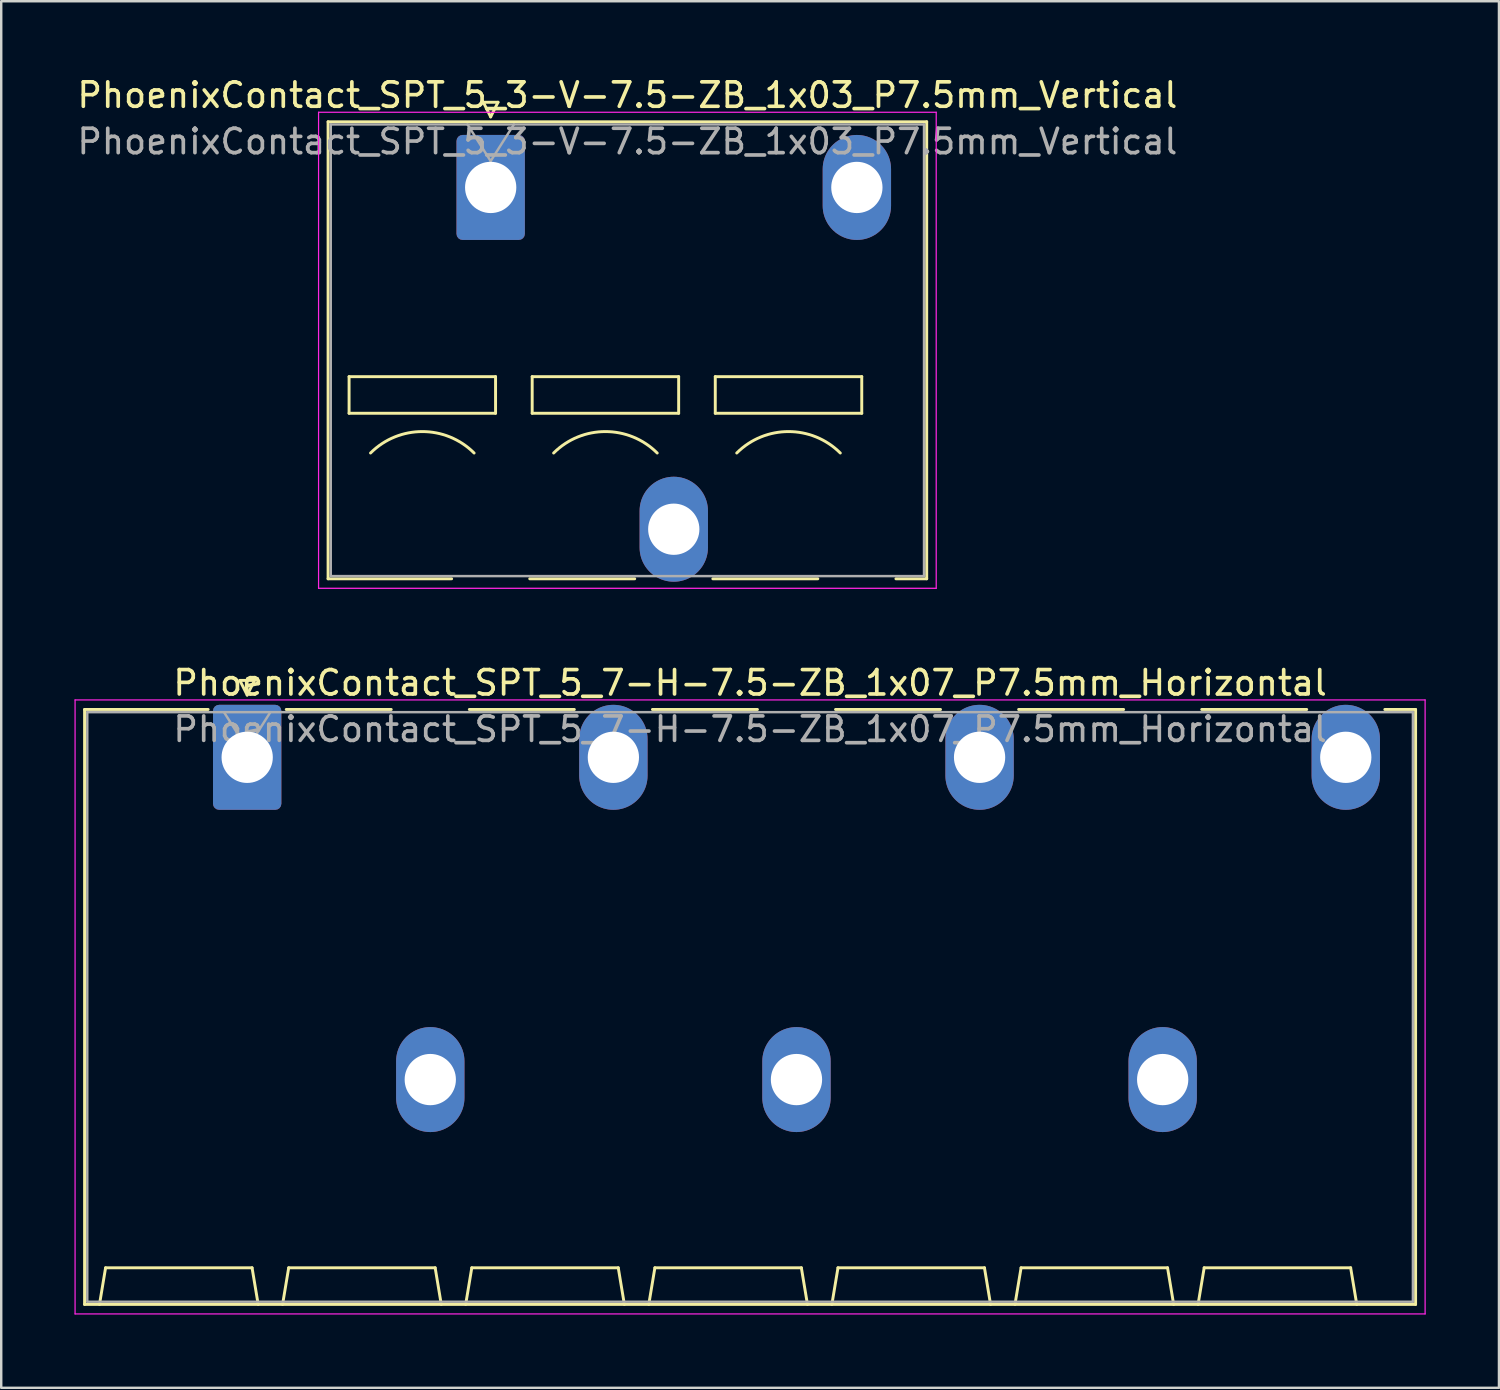
<source format=kicad_pcb>
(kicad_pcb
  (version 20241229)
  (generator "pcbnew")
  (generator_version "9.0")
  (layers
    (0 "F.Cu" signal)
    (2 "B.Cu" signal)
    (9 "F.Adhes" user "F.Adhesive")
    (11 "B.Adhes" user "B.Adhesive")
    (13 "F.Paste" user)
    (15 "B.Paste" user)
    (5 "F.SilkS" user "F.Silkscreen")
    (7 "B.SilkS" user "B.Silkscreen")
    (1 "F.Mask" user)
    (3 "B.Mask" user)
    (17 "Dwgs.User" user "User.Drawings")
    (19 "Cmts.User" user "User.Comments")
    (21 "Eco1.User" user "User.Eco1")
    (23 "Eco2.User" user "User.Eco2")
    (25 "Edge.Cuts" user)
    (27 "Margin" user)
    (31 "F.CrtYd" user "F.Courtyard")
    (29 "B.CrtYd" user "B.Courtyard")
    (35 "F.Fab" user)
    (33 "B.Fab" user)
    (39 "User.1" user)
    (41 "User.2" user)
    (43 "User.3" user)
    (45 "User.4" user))
  (footprint "PhoenixContact_SPT_5_7-H-7.5-ZB_1x07_P7.5mm_Horizontal"
    (layer "F.Cu")
    (at 7.075 27.971)
    (property "Reference" "PhoenixContact_SPT_5_7-H-7.5-ZB_1x07_P7.5mm_Horizontal" (at 20.6 -3.05 0) (layer "F.SilkS") (effects (font (size 1 1) (thickness 0.15))))
    (attr through_hole)
    (fp_line (start -6.66 -1.96) (end -1.6 -1.96) (stroke (width 0.12) (type solid)) (layer "F.SilkS"))
    (fp_line (start -6.66 22.41) (end -6.66 -1.96) (stroke (width 0.12) (type solid)) (layer "F.SilkS"))
    (fp_line (start -6.05 22.41) (end -5.8 20.91) (stroke (width 0.12) (type solid)) (layer "F.SilkS"))
    (fp_line (start -5.8 20.91) (end 0.2 20.91) (stroke (width 0.12) (type solid)) (layer "F.SilkS"))
    (fp_line (start -0.3 -3.15) (end 0 -2.55) (stroke (width 0.12) (type solid)) (layer "F.SilkS"))
    (fp_line (start -0.3 -3.15) (end 0.3 -3.15) (stroke (width 0.12) (type solid)) (layer "F.SilkS"))
    (fp_line (start 0.3 -3.15) (end 0 -2.55) (stroke (width 0.12) (type solid)) (layer "F.SilkS"))
    (fp_line (start 0.45 22.41) (end 0.2 20.91) (stroke (width 0.12) (type solid)) (layer "F.SilkS"))
    (fp_line (start 1.45 22.41) (end 1.7 20.91) (stroke (width 0.12) (type solid)) (layer "F.SilkS"))
    (fp_line (start 1.6 -1.96) (end 5.9 -1.96) (stroke (width 0.12) (type solid)) (layer "F.SilkS"))
    (fp_line (start 1.7 20.91) (end 7.7 20.91) (stroke (width 0.12) (type solid)) (layer "F.SilkS"))
    (fp_line (start 7.95 22.41) (end 7.7 20.91) (stroke (width 0.12) (type solid)) (layer "F.SilkS"))
    (fp_line (start 8.95 22.41) (end 9.2 20.91) (stroke (width 0.12) (type solid)) (layer "F.SilkS"))
    (fp_line (start 9.1 -1.96) (end 13.4 -1.96) (stroke (width 0.12) (type solid)) (layer "F.SilkS"))
    (fp_line (start 9.2 20.91) (end 15.2 20.91) (stroke (width 0.12) (type solid)) (layer "F.SilkS"))
    (fp_line (start 15.45 22.41) (end 15.2 20.91) (stroke (width 0.12) (type solid)) (layer "F.SilkS"))
    (fp_line (start 16.45 22.41) (end 16.7 20.91) (stroke (width 0.12) (type solid)) (layer "F.SilkS"))
    (fp_line (start 16.6 -1.96) (end 20.9 -1.96) (stroke (width 0.12) (type solid)) (layer "F.SilkS"))
    (fp_line (start 16.7 20.91) (end 22.7 20.91) (stroke (width 0.12) (type solid)) (layer "F.SilkS"))
    (fp_line (start 22.95 22.41) (end 22.7 20.91) (stroke (width 0.12) (type solid)) (layer "F.SilkS"))
    (fp_line (start 23.95 22.41) (end 24.2 20.91) (stroke (width 0.12) (type solid)) (layer "F.SilkS"))
    (fp_line (start 24.1 -1.96) (end 28.4 -1.96) (stroke (width 0.12) (type solid)) (layer "F.SilkS"))
    (fp_line (start 24.2 20.91) (end 30.2 20.91) (stroke (width 0.12) (type solid)) (layer "F.SilkS"))
    (fp_line (start 30.45 22.41) (end 30.2 20.91) (stroke (width 0.12) (type solid)) (layer "F.SilkS"))
    (fp_line (start 31.45 22.41) (end 31.7 20.91) (stroke (width 0.12) (type solid)) (layer "F.SilkS"))
    (fp_line (start 31.6 -1.96) (end 35.9 -1.96) (stroke (width 0.12) (type solid)) (layer "F.SilkS"))
    (fp_line (start 31.7 20.91) (end 37.7 20.91) (stroke (width 0.12) (type solid)) (layer "F.SilkS"))
    (fp_line (start 37.95 22.41) (end 37.7 20.91) (stroke (width 0.12) (type solid)) (layer "F.SilkS"))
    (fp_line (start 38.95 22.41) (end 39.2 20.91) (stroke (width 0.12) (type solid)) (layer "F.SilkS"))
    (fp_line (start 39.1 -1.96) (end 43.4 -1.96) (stroke (width 0.12) (type solid)) (layer "F.SilkS"))
    (fp_line (start 39.2 20.91) (end 45.2 20.91) (stroke (width 0.12) (type solid)) (layer "F.SilkS"))
    (fp_line (start 45.45 22.41) (end 45.2 20.91) (stroke (width 0.12) (type solid)) (layer "F.SilkS"))
    (fp_line (start 46.6 -1.96) (end 47.86 -1.96) (stroke (width 0.12) (type solid)) (layer "F.SilkS"))
    (fp_line (start 47.86 -1.96) (end 47.86 22.41) (stroke (width 0.12) (type solid)) (layer "F.SilkS"))
    (fp_line (start 47.86 22.41) (end -6.66 22.41) (stroke (width 0.12) (type solid)) (layer "F.SilkS"))
    (fp_line (start -7.05 -2.35) (end -7.05 22.8) (stroke (width 0.05) (type solid)) (layer "F.CrtYd"))
    (fp_line (start -7.05 22.8) (end 48.25 22.8) (stroke (width 0.05) (type solid)) (layer "F.CrtYd"))
    (fp_line (start 48.25 -2.35) (end -7.05 -2.35) (stroke (width 0.05) (type solid)) (layer "F.CrtYd"))
    (fp_line (start 48.25 22.8) (end 48.25 -2.35) (stroke (width 0.05) (type solid)) (layer "F.CrtYd"))
    (fp_line (start -6.55 -1.85) (end -6.55 22.3) (stroke (width 0.1) (type solid)) (layer "F.Fab"))
    (fp_line (start -6.55 22.3) (end 47.75 22.3) (stroke (width 0.1) (type solid)) (layer "F.Fab"))
    (fp_line (start -0.95 -1.85) (end 0 -0.35) (stroke (width 0.1) (type solid)) (layer "F.Fab"))
    (fp_line (start 0.95 -1.85) (end 0 -0.35) (stroke (width 0.1) (type solid)) (layer "F.Fab"))
    (fp_line (start 47.75 -1.85) (end -6.55 -1.85) (stroke (width 0.1) (type solid)) (layer "F.Fab"))
    (fp_line (start 47.75 22.3) (end 47.75 -1.85) (stroke (width 0.1) (type solid)) (layer "F.Fab"))
    (fp_text user "${REFERENCE}" (at 20.6 -1.15 0) (layer "F.Fab") (effects (font (size 1 1) (thickness 0.15))))
    (pad "1" thru_hole roundrect (at 0 0) (size 2.8 4.3) (drill 2.1) (layers "*.Cu" "*.Mask") (roundrect_rratio 0.089))
    (pad "2" thru_hole oval (at 7.5 13.2) (size 2.8 4.3) (drill 2.1) (layers "*.Cu" "*.Mask"))
    (pad "3" thru_hole oval (at 15 0) (size 2.8 4.3) (drill 2.1) (layers "*.Cu" "*.Mask"))
    (pad "4" thru_hole oval (at 22.5 13.2) (size 2.8 4.3) (drill 2.1) (layers "*.Cu" "*.Mask"))
    (pad "5" thru_hole oval (at 30 0) (size 2.8 4.3) (drill 2.1) (layers "*.Cu" "*.Mask"))
    (pad "6" thru_hole oval (at 37.5 13.2) (size 2.8 4.3) (drill 2.1) (layers "*.Cu" "*.Mask"))
    (pad "7" thru_hole oval (at 45 0) (size 2.8 4.3) (drill 2.1) (layers "*.Cu" "*.Mask")))
  (footprint "PhoenixContact_SPT_5_3-V-7.5-ZB_1x03_P7.5mm_Vertical"
    (layer "F.Cu")
    (at 17.049 4.628)
    (property "Reference" "PhoenixContact_SPT_5_3-V-7.5-ZB_1x03_P7.5mm_Vertical" (at 5.6 -3.78 0) (layer "F.SilkS") (effects (font (size 1 1) (thickness 0.15))))
    (attr through_hole)
    (fp_line (start -6.66 -2.69) (end 17.86 -2.69) (stroke (width 0.12) (type solid)) (layer "F.SilkS"))
    (fp_line (start -6.66 16.03) (end -6.66 -2.69) (stroke (width 0.12) (type solid)) (layer "F.SilkS"))
    (fp_line (start -6.66 16.03) (end -1.6 16.03) (stroke (width 0.12) (type solid)) (layer "F.SilkS"))
    (fp_line (start -5.8 7.75) (end -5.8 9.25) (stroke (width 0.12) (type solid)) (layer "F.SilkS"))
    (fp_line (start -5.8 9.25) (end 0.2 9.25) (stroke (width 0.12) (type solid)) (layer "F.SilkS"))
    (fp_line (start -0.3 -3.49) (end 0 -2.89) (stroke (width 0.12) (type solid)) (layer "F.SilkS"))
    (fp_line (start -0.3 -3.49) (end 0.3 -3.49) (stroke (width 0.12) (type solid)) (layer "F.SilkS"))
    (fp_line (start 0.2 7.75) (end -5.8 7.75) (stroke (width 0.12) (type solid)) (layer "F.SilkS"))
    (fp_line (start 0.2 9.25) (end 0.2 7.75) (stroke (width 0.12) (type solid)) (layer "F.SilkS"))
    (fp_line (start 0.3 -3.49) (end 0 -2.89) (stroke (width 0.12) (type solid)) (layer "F.SilkS"))
    (fp_line (start 1.6 16.03) (end 5.9 16.03) (stroke (width 0.12) (type solid)) (layer "F.SilkS"))
    (fp_line (start 1.7 7.75) (end 1.7 9.25) (stroke (width 0.12) (type solid)) (layer "F.SilkS"))
    (fp_line (start 1.7 9.25) (end 7.7 9.25) (stroke (width 0.12) (type solid)) (layer "F.SilkS"))
    (fp_line (start 7.7 7.75) (end 1.7 7.75) (stroke (width 0.12) (type solid)) (layer "F.SilkS"))
    (fp_line (start 7.7 9.25) (end 7.7 7.75) (stroke (width 0.12) (type solid)) (layer "F.SilkS"))
    (fp_line (start 9.1 16.03) (end 13.4 16.03) (stroke (width 0.12) (type solid)) (layer "F.SilkS"))
    (fp_line (start 9.2 7.75) (end 9.2 9.25) (stroke (width 0.12) (type solid)) (layer "F.SilkS"))
    (fp_line (start 9.2 9.25) (end 15.2 9.25) (stroke (width 0.12) (type solid)) (layer "F.SilkS"))
    (fp_line (start 15.2 7.75) (end 9.2 7.75) (stroke (width 0.12) (type solid)) (layer "F.SilkS"))
    (fp_line (start 15.2 9.25) (end 15.2 7.75) (stroke (width 0.12) (type solid)) (layer "F.SilkS"))
    (fp_line (start 16.6 16.03) (end 17.86 16.03) (stroke (width 0.12) (type solid)) (layer "F.SilkS"))
    (fp_line (start 17.86 -2.69) (end 17.86 16.03) (stroke (width 0.12) (type solid)) (layer "F.SilkS"))
    (fp_arc (start -4.92132 10.87868) (mid -2.8 10) (end -0.67868 10.87868) (stroke (width 0.12) (type solid)) (layer "F.SilkS"))
    (fp_arc (start 2.57868 10.87868) (mid 4.7 10) (end 6.82132 10.87868) (stroke (width 0.12) (type solid)) (layer "F.SilkS"))
    (fp_arc (start 10.07868 10.87868) (mid 12.2 10) (end 14.32132 10.87868) (stroke (width 0.12) (type solid)) (layer "F.SilkS"))
    (fp_line (start -7.05 -3.08) (end -7.05 16.42) (stroke (width 0.05) (type solid)) (layer "F.CrtYd"))
    (fp_line (start -7.05 16.42) (end 18.25 16.42) (stroke (width 0.05) (type solid)) (layer "F.CrtYd"))
    (fp_line (start 18.25 -3.08) (end -7.05 -3.08) (stroke (width 0.05) (type solid)) (layer "F.CrtYd"))
    (fp_line (start 18.25 16.42) (end 18.25 -3.08) (stroke (width 0.05) (type solid)) (layer "F.CrtYd"))
    (fp_line (start -6.55 -2.58) (end -6.55 15.92) (stroke (width 0.1) (type solid)) (layer "F.Fab"))
    (fp_line (start -6.55 15.92) (end 17.75 15.92) (stroke (width 0.1) (type solid)) (layer "F.Fab"))
    (fp_line (start -0.95 -2.58) (end 0 -1.08) (stroke (width 0.1) (type solid)) (layer "F.Fab"))
    (fp_line (start 0.95 -2.58) (end 0 -1.08) (stroke (width 0.1) (type solid)) (layer "F.Fab"))
    (fp_line (start 17.75 -2.58) (end -6.55 -2.58) (stroke (width 0.1) (type solid)) (layer "F.Fab"))
    (fp_line (start 17.75 15.92) (end 17.75 -2.58) (stroke (width 0.1) (type solid)) (layer "F.Fab"))
    (fp_text user "${REFERENCE}" (at 5.6 -1.88 0) (layer "F.Fab") (effects (font (size 1 1) (thickness 0.15))))
    (pad "1" thru_hole roundrect (at 0 0) (size 2.8 4.3) (drill 2.1) (layers "*.Cu" "*.Mask") (roundrect_rratio 0.089))
    (pad "2" thru_hole oval (at 7.5 14) (size 2.8 4.3) (drill 2.1) (layers "*.Cu" "*.Mask"))
    (pad "3" thru_hole oval (at 15 0) (size 2.8 4.3) (drill 2.1) (layers "*.Cu" "*.Mask")))
  (gr_rect
    (start -3 -3)
    (end 58.35 53.797)
    (stroke (width 0.1) (type default))
    (fill no)
    (layer "Edge.Cuts")))
</source>
